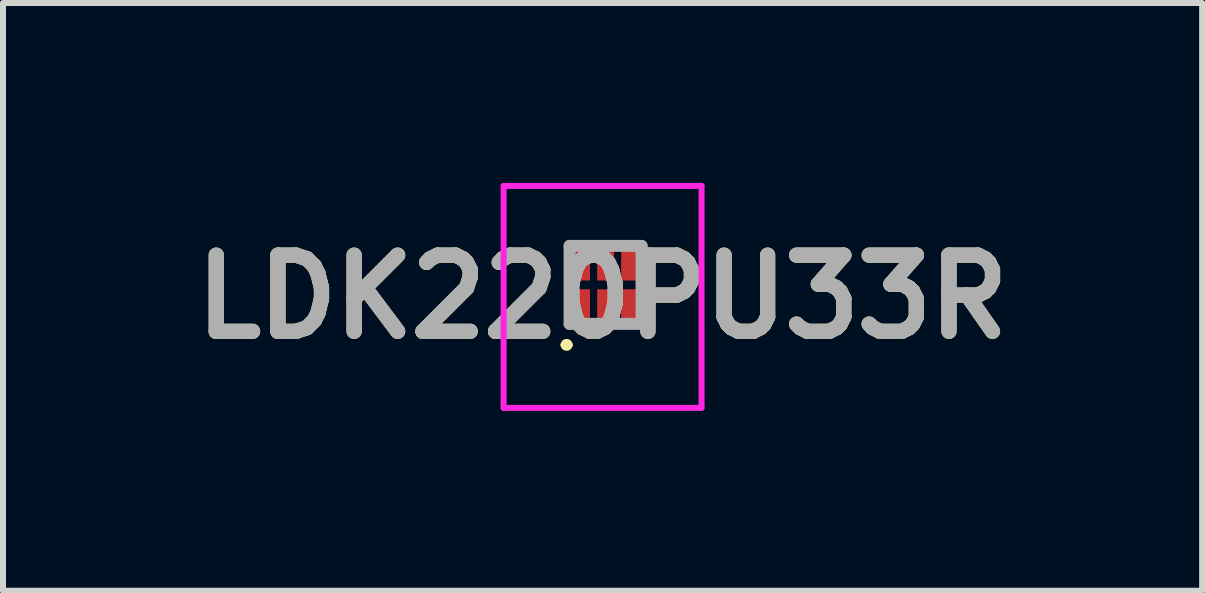
<source format=kicad_pcb>
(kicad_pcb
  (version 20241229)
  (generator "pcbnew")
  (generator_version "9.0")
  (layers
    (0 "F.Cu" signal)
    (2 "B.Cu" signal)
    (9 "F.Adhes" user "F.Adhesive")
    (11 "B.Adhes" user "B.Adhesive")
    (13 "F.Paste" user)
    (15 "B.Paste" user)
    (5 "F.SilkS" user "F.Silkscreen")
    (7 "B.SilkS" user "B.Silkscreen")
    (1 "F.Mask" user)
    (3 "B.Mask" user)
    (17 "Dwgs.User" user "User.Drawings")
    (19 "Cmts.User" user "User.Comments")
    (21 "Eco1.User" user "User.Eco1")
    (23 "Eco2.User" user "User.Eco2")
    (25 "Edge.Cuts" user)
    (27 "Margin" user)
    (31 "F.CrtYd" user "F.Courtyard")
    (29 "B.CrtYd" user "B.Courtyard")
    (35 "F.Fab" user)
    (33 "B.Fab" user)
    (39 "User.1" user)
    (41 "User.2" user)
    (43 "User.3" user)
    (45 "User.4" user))
  (footprint "LDK220PU33R"
    (layer "F.Cu")
    (at 7.047 1.7)
    (property "Reference" "LDK220PU33R" (at -0.05 0.2 0) (layer "F.SilkS") (effects (font (size 1.27 1.27) (thickness 0.254))))
    (attr smd)
    (fp_line (start -0.7 1) (end -0.7 1) (stroke (width 0.1) (type solid)) (layer "F.SilkS"))
    (fp_line (start -0.6 1) (end -0.6 1) (stroke (width 0.1) (type solid)) (layer "F.SilkS"))
    (fp_arc (start -0.7 1) (mid -0.65 0.95) (end -0.6 1) (stroke (width 0.1) (type solid)) (layer "F.SilkS"))
    (fp_arc (start -0.6 1) (mid -0.65 1.05) (end -0.7 1) (stroke (width 0.1) (type solid)) (layer "F.SilkS"))
    (fp_line (start -1.7 -1.65) (end 1.6 -1.65) (stroke (width 0.1) (type solid)) (layer "F.CrtYd"))
    (fp_line (start -1.7 2.05) (end -1.7 -1.65) (stroke (width 0.1) (type solid)) (layer "F.CrtYd"))
    (fp_line (start 1.6 -1.65) (end 1.6 2.05) (stroke (width 0.1) (type solid)) (layer "F.CrtYd"))
    (fp_line (start 1.6 2.05) (end -1.7 2.05) (stroke (width 0.1) (type solid)) (layer "F.CrtYd"))
    (fp_line (start -0.6 -0.65) (end 0.6 -0.65) (stroke (width 0.2) (type solid)) (layer "F.Fab"))
    (fp_line (start -0.6 0.65) (end -0.6 -0.65) (stroke (width 0.2) (type solid)) (layer "F.Fab"))
    (fp_line (start 0.6 -0.65) (end 0.6 0.65) (stroke (width 0.2) (type solid)) (layer "F.Fab"))
    (fp_line (start 0.6 0.65) (end -0.6 0.65) (stroke (width 0.2) (type solid)) (layer "F.Fab"))
    (fp_text user "${REFERENCE}" (at -0.05 0.2 0) (layer "F.Fab") (effects (font (size 1.27 1.27) (thickness 0.254))))
    (pad "1" smd rect (at -0.4 0.338) (size 0.28 0.53) (layers "F.Cu" "F.Mask" "F.Paste"))
    (pad "2" smd rect (at 0 0.338) (size 0.28 0.53) (layers "F.Cu" "F.Mask" "F.Paste"))
    (pad "3" smd rect (at 0.4 0.338) (size 0.28 0.53) (layers "F.Cu" "F.Mask" "F.Paste"))
    (pad "4" smd rect (at 0.4 -0.338) (size 0.28 0.53) (layers "F.Cu" "F.Mask" "F.Paste"))
    (pad "5" smd rect (at 0 -0.338) (size 0.28 0.53) (layers "F.Cu" "F.Mask" "F.Paste"))
    (pad "6" smd rect (at -0.4 -0.338) (size 0.28 0.53) (layers "F.Cu" "F.Mask" "F.Paste")))
  (gr_rect
    (start -3 -3)
    (end 16.994 6.8)
    (stroke (width 0.1) (type default))
    (fill no)
    (layer "Edge.Cuts")))
</source>
